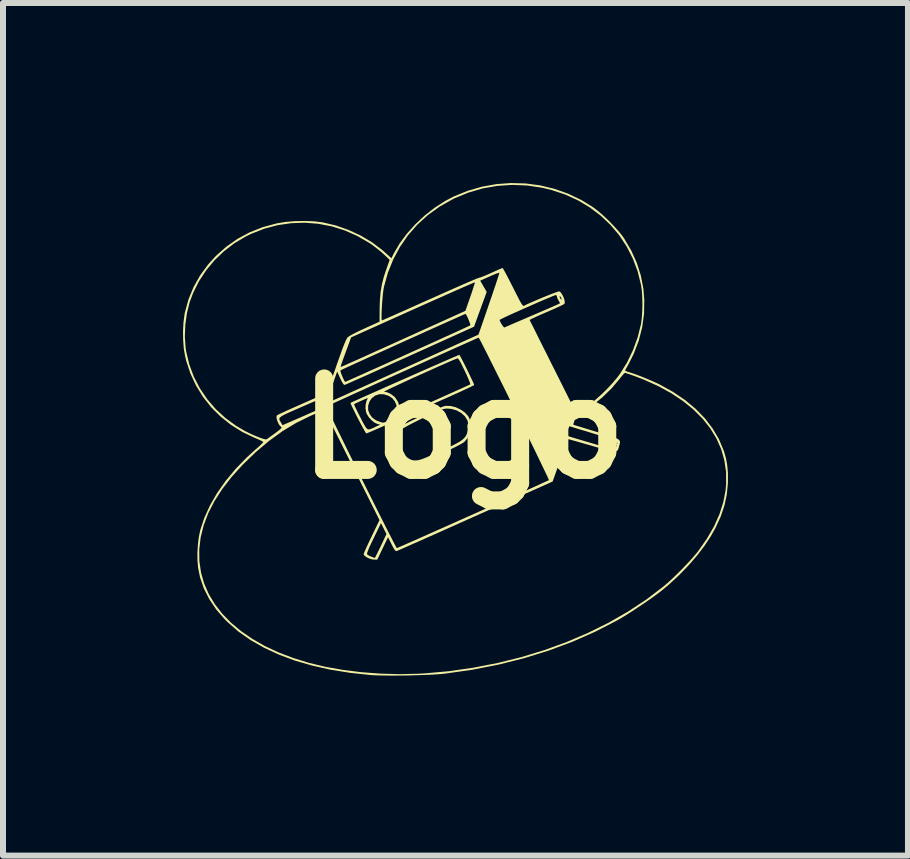
<source format=kicad_pcb>
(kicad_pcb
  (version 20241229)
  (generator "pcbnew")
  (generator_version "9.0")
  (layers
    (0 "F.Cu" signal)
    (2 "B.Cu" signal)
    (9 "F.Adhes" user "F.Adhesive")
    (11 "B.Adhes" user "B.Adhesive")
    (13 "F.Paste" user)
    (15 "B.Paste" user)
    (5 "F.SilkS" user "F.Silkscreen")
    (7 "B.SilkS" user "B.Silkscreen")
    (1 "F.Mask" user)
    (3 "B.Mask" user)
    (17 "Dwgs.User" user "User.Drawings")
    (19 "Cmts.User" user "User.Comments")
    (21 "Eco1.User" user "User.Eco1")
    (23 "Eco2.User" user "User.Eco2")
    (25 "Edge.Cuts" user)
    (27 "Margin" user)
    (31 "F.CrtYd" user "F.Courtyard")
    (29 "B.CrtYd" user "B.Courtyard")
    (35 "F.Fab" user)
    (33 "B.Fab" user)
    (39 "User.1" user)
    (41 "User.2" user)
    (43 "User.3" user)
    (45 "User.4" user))
  (footprint "Logo"
    (layer "F.Cu")
    (at 4.674 4.091)
    (property "Reference" "Logo" (at 0 0 0) (layer "F.SilkS") (effects (font (size 1.524 1.524) (thickness 0.3))))
    (attr board_only exclude_from_pos_files exclude_from_bom)
    (fp_poly (pts (xy -0.216 -0.376) (xy -0.131 -0.355) (xy -0.049 -0.317) (xy 0.022 -0.267) (xy 0.077 -0.207) (xy 0.097 -0.171) (xy 0.12 -0.091) (xy 0.121 -0.004) (xy 0.103 0.082) (xy 0.066 0.161) (xy 0.012 0.224) (xy 0.007 0.228) (xy -0.019 0.245) (xy -0.066 0.271) (xy -0.13 0.304) (xy -0.207 0.342) (xy -0.293 0.383) (xy -0.366 0.417) (xy -0.465 0.462) (xy -0.543 0.497) (xy -0.604 0.523) (xy -0.651 0.541) (xy -0.688 0.554) (xy -0.72 0.561) (xy -0.749 0.566) (xy -0.78 0.568) (xy -0.792 0.568) (xy -0.852 0.568) (xy -0.905 0.563) (xy -0.936 0.556) (xy -1.024 0.508) (xy -1.093 0.441) (xy -1.141 0.358) (xy -1.16 0.294) (xy -1.164 0.245) (xy -1.125 0.245) (xy -1.114 0.304) (xy -1.076 0.39) (xy -1.019 0.457) (xy -0.945 0.504) (xy -0.858 0.528) (xy -0.812 0.532) (xy -0.786 0.531) (xy -0.76 0.528) (xy -0.73 0.521) (xy -0.694 0.51) (xy -0.648 0.492) (xy -0.588 0.467) (xy -0.511 0.433) (xy -0.413 0.389) (xy -0.396 0.381) (xy -0.283 0.33) (xy -0.192 0.287) (xy -0.12 0.25) (xy -0.065 0.219) (xy -0.023 0.19) (xy 0.007 0.163) (xy 0.031 0.134) (xy 0.049 0.103) (xy 0.056 0.089) (xy 0.076 0.023) (xy 0.081 -0.051) (xy 0.07 -0.12) (xy 0.063 -0.14) (xy 0.022 -0.205) (xy -0.039 -0.26) (xy -0.115 -0.302) (xy -0.2 -0.327) (xy -0.266 -0.333) (xy -0.293 -0.332) (xy -0.319 -0.328) (xy -0.348 -0.321) (xy -0.384 -0.309) (xy -0.43 -0.29) (xy -0.49 -0.263) (xy -0.566 -0.227) (xy -0.664 -0.181) (xy -0.669 -0.179) (xy -0.758 -0.135) (xy -0.84 -0.094) (xy -0.912 -0.057) (xy -0.97 -0.025) (xy -1.011 -0.001) (xy -1.028 0.011) (xy -1.085 0.082) (xy -1.118 0.16) (xy -1.125 0.245) (xy -1.164 0.245) (xy -1.166 0.203) (xy -1.149 0.115) (xy -1.111 0.037) (xy -1.054 -0.028) (xy -1.046 -0.034) (xy -1.014 -0.054) (xy -0.962 -0.083) (xy -0.895 -0.117) (xy -0.816 -0.156) (xy -0.731 -0.197) (xy -0.643 -0.237) (xy -0.556 -0.277) (xy -0.475 -0.312) (xy -0.404 -0.342) (xy -0.347 -0.364) (xy -0.309 -0.376) (xy -0.299 -0.378)) (stroke (width 0) (type solid)) (fill yes) (layer "F.SilkS"))
    (fp_poly (pts (xy -0.062 -1.217) (xy -0.044 -1.185) (xy -0.019 -1.137) (xy 0.011 -1.078) (xy 0.044 -1.013) (xy 0.077 -0.944) (xy 0.109 -0.878) (xy 0.137 -0.819) (xy 0.16 -0.771) (xy 0.174 -0.738) (xy 0.177 -0.725) (xy 0.165 -0.718) (xy 0.131 -0.7) (xy 0.078 -0.675) (xy 0.008 -0.642) (xy -0.076 -0.603) (xy -0.171 -0.561) (xy -0.263 -0.519) (xy -0.381 -0.467) (xy -0.506 -0.411) (xy -0.631 -0.355) (xy -0.751 -0.301) (xy -0.86 -0.252) (xy -0.952 -0.211) (xy -0.983 -0.197) (xy -1.133 -0.13) (xy -1.265 -0.071) (xy -1.378 -0.021) (xy -1.471 0.02) (xy -1.543 0.051) (xy -1.592 0.071) (xy -1.618 0.081) (xy -1.621 0.082) (xy -1.63 0.07) (xy -1.649 0.038) (xy -1.677 -0.012) (xy -1.711 -0.075) (xy -1.749 -0.148) (xy -1.761 -0.169) (xy -1.799 -0.245) (xy -1.832 -0.312) (xy -1.859 -0.367) (xy -1.876 -0.406) (xy -1.823 -0.406) (xy -1.82 -0.392) (xy -1.805 -0.358) (xy -1.781 -0.308) (xy -1.751 -0.246) (xy -1.719 -0.185) (xy -1.679 -0.107) (xy -1.648 -0.051) (xy -1.624 -0.013) (xy -1.603 0.008) (xy -1.581 0.015) (xy -1.554 0.01) (xy -1.519 -0.004) (xy -1.472 -0.026) (xy -1.471 -0.027) (xy -1.387 -0.065) (xy -1.432 -0.075) (xy -1.479 -0.096) (xy -1.529 -0.135) (xy -1.575 -0.184) (xy -1.61 -0.238) (xy -1.624 -0.273) (xy -1.634 -0.337) (xy -1.632 -0.379) (xy -1.59 -0.379) (xy -1.589 -0.307) (xy -1.564 -0.24) (xy -1.52 -0.181) (xy -1.457 -0.136) (xy -1.385 -0.108) (xy -1.357 -0.101) (xy -1.343 -0.097) (xy -1.343 -0.097) (xy -1.331 -0.1) (xy -1.3 -0.108) (xy -1.273 -0.116) (xy -1.205 -0.149) (xy -1.155 -0.197) (xy -1.123 -0.256) (xy -1.111 -0.322) (xy -1.117 -0.388) (xy -1.143 -0.451) (xy -1.188 -0.506) (xy -1.245 -0.544) (xy -1.326 -0.571) (xy -1.403 -0.572) (xy -1.472 -0.55) (xy -1.53 -0.505) (xy -1.567 -0.45) (xy -1.59 -0.379) (xy -1.632 -0.379) (xy -1.63 -0.404) (xy -1.616 -0.463) (xy -1.604 -0.486) (xy -1.596 -0.5) (xy -1.6 -0.505) (xy -1.617 -0.501) (xy -1.652 -0.486) (xy -1.7 -0.465) (xy -1.751 -0.442) (xy -1.793 -0.422) (xy -1.818 -0.409) (xy -1.823 -0.406) (xy -1.876 -0.406) (xy -1.876 -0.406) (xy -1.884 -0.426) (xy -1.884 -0.427) (xy -1.87 -0.434) (xy -1.834 -0.451) (xy -1.777 -0.476) (xy -1.703 -0.51) (xy -1.614 -0.55) (xy -1.512 -0.595) (xy -1.469 -0.614) (xy -1.324 -0.614) (xy -1.27 -0.603) (xy -1.21 -0.574) (xy -1.156 -0.534) (xy -1.137 -0.514) (xy -1.09 -0.441) (xy -1.068 -0.359) (xy -1.071 -0.273) (xy -1.077 -0.249) (xy -1.084 -0.219) (xy -1.083 -0.205) (xy -1.082 -0.205) (xy -1.068 -0.21) (xy -1.032 -0.226) (xy -0.976 -0.25) (xy -0.902 -0.282) (xy -0.814 -0.321) (xy -0.712 -0.366) (xy -0.601 -0.415) (xy -0.486 -0.466) (xy -0.367 -0.519) (xy -0.256 -0.569) (xy -0.154 -0.615) (xy -0.066 -0.654) (xy 0.008 -0.688) (xy 0.064 -0.713) (xy 0.1 -0.73) (xy 0.113 -0.737) (xy 0.111 -0.751) (xy 0.098 -0.786) (xy 0.077 -0.837) (xy 0.049 -0.901) (xy 0.021 -0.961) (xy -0.018 -1.04) (xy -0.047 -1.098) (xy -0.069 -1.136) (xy -0.085 -1.159) (xy -0.098 -1.168) (xy -0.106 -1.168) (xy -0.134 -1.157) (xy -0.181 -1.138) (xy -0.245 -1.11) (xy -0.323 -1.076) (xy -0.412 -1.037) (xy -0.509 -0.993) (xy -0.612 -0.947) (xy -0.718 -0.899) (xy -0.823 -0.852) (xy -0.925 -0.805) (xy -1.022 -0.76) (xy -1.11 -0.719) (xy -1.186 -0.684) (xy -1.249 -0.654) (xy -1.294 -0.631) (xy -1.32 -0.618) (xy -1.324 -0.614) (xy -1.469 -0.614) (xy -1.399 -0.645) (xy -1.278 -0.699) (xy -1.152 -0.755) (xy -1.022 -0.812) (xy -0.891 -0.87) (xy -0.762 -0.927) (xy -0.637 -0.982) (xy -0.519 -1.034) (xy -0.409 -1.082) (xy -0.311 -1.125) (xy -0.226 -1.162) (xy -0.157 -1.192) (xy -0.107 -1.214) (xy -0.077 -1.226) (xy -0.07 -1.228)) (stroke (width 0) (type solid)) (fill yes) (layer "F.SilkS"))
    (fp_poly (pts (xy 1.035 -4.084) (xy 1.276 -4.052) (xy 1.513 -3.995) (xy 1.742 -3.914) (xy 1.964 -3.808) (xy 2.15 -3.694) (xy 2.228 -3.635) (xy 2.316 -3.561) (xy 2.407 -3.476) (xy 2.495 -3.386) (xy 2.576 -3.297) (xy 2.643 -3.215) (xy 2.677 -3.166) (xy 2.796 -2.964) (xy 2.888 -2.759) (xy 2.955 -2.548) (xy 2.997 -2.33) (xy 3.012 -2.143) (xy 3.008 -1.913) (xy 2.977 -1.686) (xy 2.919 -1.462) (xy 2.836 -1.245) (xy 2.76 -1.092) (xy 2.732 -1.041) (xy 2.709 -1) (xy 2.695 -0.974) (xy 2.692 -0.968) (xy 2.701 -0.96) (xy 2.73 -0.948) (xy 2.753 -0.941) (xy 2.813 -0.922) (xy 2.89 -0.895) (xy 2.978 -0.861) (xy 3.07 -0.823) (xy 3.159 -0.785) (xy 3.238 -0.749) (xy 3.274 -0.731) (xy 3.494 -0.609) (xy 3.693 -0.474) (xy 3.869 -0.327) (xy 4.022 -0.17) (xy 4.15 -0.002) (xy 4.255 0.175) (xy 4.333 0.361) (xy 4.34 0.379) (xy 4.374 0.498) (xy 4.395 0.618) (xy 4.406 0.745) (xy 4.406 0.889) (xy 4.405 0.913) (xy 4.387 1.099) (xy 4.348 1.281) (xy 4.287 1.463) (xy 4.202 1.649) (xy 4.121 1.794) (xy 4.017 1.952) (xy 3.892 2.116) (xy 3.749 2.281) (xy 3.593 2.442) (xy 3.428 2.595) (xy 3.31 2.694) (xy 3.225 2.759) (xy 3.123 2.833) (xy 3.009 2.912) (xy 2.89 2.992) (xy 2.772 3.069) (xy 2.661 3.138) (xy 2.564 3.195) (xy 2.553 3.201) (xy 2.191 3.387) (xy 1.812 3.554) (xy 1.416 3.701) (xy 1.006 3.828) (xy 0.583 3.934) (xy 0.149 4.019) (xy -0.294 4.082) (xy -0.355 4.089) (xy -0.432 4.095) (xy -0.53 4.101) (xy -0.645 4.106) (xy -0.772 4.11) (xy -0.905 4.114) (xy -1.039 4.116) (xy -1.17 4.117) (xy -1.293 4.116) (xy -1.402 4.114) (xy -1.492 4.111) (xy -1.542 4.108) (xy -1.887 4.071) (xy -2.214 4.019) (xy -2.522 3.95) (xy -2.81 3.867) (xy -3.078 3.767) (xy -3.324 3.653) (xy -3.55 3.524) (xy -3.754 3.381) (xy -3.934 3.223) (xy -3.979 3.178) (xy -4.121 3.015) (xy -4.236 2.844) (xy -4.326 2.667) (xy -4.39 2.483) (xy -4.423 2.322) (xy -4.433 2.206) (xy -4.435 2.076) (xy -4.431 2.013) (xy -4.404 2.013) (xy -4.402 2.21) (xy -4.374 2.401) (xy -4.321 2.585) (xy -4.244 2.761) (xy -4.143 2.928) (xy -4.019 3.087) (xy -3.873 3.237) (xy -3.706 3.376) (xy -3.519 3.505) (xy -3.312 3.623) (xy -3.086 3.729) (xy -2.842 3.822) (xy -2.581 3.903) (xy -2.303 3.97) (xy -2.009 4.022) (xy -1.713 4.059) (xy -1.385 4.084) (xy -1.07 4.093) (xy -0.758 4.086) (xy -0.662 4.081) (xy -0.247 4.044) (xy 0.163 3.985) (xy 0.567 3.907) (xy 0.962 3.809) (xy 1.347 3.692) (xy 1.72 3.556) (xy 2.079 3.403) (xy 2.422 3.233) (xy 2.747 3.046) (xy 3.053 2.844) (xy 3.337 2.627) (xy 3.337 2.627) (xy 3.413 2.562) (xy 3.498 2.483) (xy 3.588 2.395) (xy 3.678 2.304) (xy 3.763 2.214) (xy 3.838 2.13) (xy 3.899 2.057) (xy 3.912 2.04) (xy 4.056 1.834) (xy 4.174 1.631) (xy 4.264 1.429) (xy 4.328 1.229) (xy 4.367 1.029) (xy 4.376 0.921) (xy 4.375 0.722) (xy 4.346 0.529) (xy 4.293 0.343) (xy 4.214 0.165) (xy 4.11 -0.005) (xy 3.982 -0.166) (xy 3.831 -0.317) (xy 3.656 -0.459) (xy 3.459 -0.59) (xy 3.239 -0.71) (xy 2.998 -0.818) (xy 2.849 -0.875) (xy 2.789 -0.896) (xy 2.739 -0.913) (xy 2.703 -0.925) (xy 2.689 -0.928) (xy 2.676 -0.918) (xy 2.651 -0.89) (xy 2.619 -0.851) (xy 2.602 -0.829) (xy 2.467 -0.669) (xy 2.309 -0.516) (xy 2.133 -0.375) (xy 1.995 -0.281) (xy 1.94 -0.245) (xy 1.902 -0.218) (xy 1.878 -0.195) (xy 1.863 -0.171) (xy 1.851 -0.141) (xy 1.849 -0.134) (xy 1.837 -0.096) (xy 1.831 -0.07) (xy 1.831 -0.063) (xy 1.845 -0.058) (xy 1.881 -0.047) (xy 1.938 -0.03) (xy 2.01 -0.008) (xy 2.095 0.018) (xy 2.19 0.047) (xy 2.215 0.054) (xy 2.329 0.089) (xy 2.42 0.117) (xy 2.489 0.14) (xy 2.54 0.159) (xy 2.575 0.177) (xy 2.596 0.194) (xy 2.606 0.213) (xy 2.607 0.235) (xy 2.602 0.261) (xy 2.593 0.293) (xy 2.593 0.293) (xy 2.584 0.325) (xy 2.575 0.351) (xy 2.563 0.369) (xy 2.546 0.379) (xy 2.52 0.383) (xy 2.482 0.38) (xy 2.43 0.369) (xy 2.361 0.351) (xy 2.271 0.326) (xy 2.159 0.294) (xy 2.14 0.288) (xy 2.042 0.26) (xy 1.952 0.234) (xy 1.875 0.212) (xy 1.812 0.195) (xy 1.769 0.183) (xy 1.747 0.177) (xy 1.746 0.177) (xy 1.739 0.19) (xy 1.725 0.224) (xy 1.704 0.278) (xy 1.677 0.348) (xy 1.647 0.431) (xy 1.614 0.522) (xy 1.611 0.53) (xy 1.485 0.883) (xy 0.194 1.46) (xy 0.017 1.539) (xy -0.154 1.616) (xy -0.316 1.688) (xy -0.468 1.756) (xy -0.608 1.818) (xy -0.735 1.875) (xy -0.847 1.924) (xy -0.941 1.966) (xy -1.018 2) (xy -1.074 2.024) (xy -1.108 2.039) (xy -1.118 2.043) (xy -1.133 2.038) (xy -1.152 2.015) (xy -1.178 1.97) (xy -1.199 1.929) (xy -1.258 1.81) (xy -1.348 1.997) (xy -1.437 2.184) (xy -1.492 2.184) (xy -1.534 2.178) (xy -1.58 2.162) (xy -1.622 2.14) (xy -1.653 2.116) (xy -1.665 2.094) (xy -1.665 2.094) (xy -1.663 2.088) (xy -1.608 2.088) (xy -1.604 2.099) (xy -1.604 2.099) (xy -1.584 2.113) (xy -1.549 2.13) (xy -1.51 2.146) (xy -1.48 2.155) (xy -1.477 2.156) (xy -1.47 2.144) (xy -1.454 2.112) (xy -1.43 2.064) (xy -1.4 2.003) (xy -1.378 1.957) (xy -1.284 1.758) (xy -1.33 1.667) (xy -1.376 1.576) (xy -1.498 1.829) (xy -1.541 1.917) (xy -1.572 1.985) (xy -1.592 2.034) (xy -1.604 2.067) (xy -1.608 2.088) (xy -1.663 2.088) (xy -1.659 2.077) (xy -1.643 2.038) (xy -1.619 1.983) (xy -1.587 1.915) (xy -1.55 1.837) (xy -1.533 1.8) (xy -1.4 1.526) (xy -1.86 0.607) (xy -2.319 -0.312) (xy -2.551 -0.211) (xy -2.785 -0.096) (xy -3.014 0.042) (xy -3.239 0.205) (xy -3.462 0.393) (xy -3.679 0.602) (xy -3.863 0.805) (xy -4.019 1.006) (xy -4.149 1.207) (xy -4.253 1.409) (xy -4.329 1.61) (xy -4.38 1.812) (xy -4.404 2.013) (xy -4.431 2.013) (xy -4.427 1.942) (xy -4.412 1.814) (xy -4.389 1.702) (xy -4.389 1.699) (xy -4.32 1.49) (xy -4.225 1.281) (xy -4.105 1.073) (xy -3.961 0.869) (xy -3.795 0.67) (xy -3.607 0.477) (xy -3.474 0.356) (xy -3.423 0.312) (xy -3.381 0.273) (xy -3.351 0.243) (xy -3.337 0.227) (xy -3.337 0.225) (xy -3.349 0.215) (xy -3.381 0.198) (xy -3.429 0.176) (xy -3.475 0.157) (xy -3.681 0.06) (xy -3.872 -0.059) (xy -4.046 -0.197) (xy -4.203 -0.353) (xy -4.34 -0.526) (xy -4.456 -0.713) (xy -4.55 -0.914) (xy -4.62 -1.125) (xy -4.642 -1.218) (xy -4.662 -1.34) (xy -4.672 -1.478) (xy -4.673 -1.535) (xy -4.644 -1.535) (xy -4.631 -1.346) (xy -4.62 -1.276) (xy -4.569 -1.065) (xy -4.493 -0.862) (xy -4.393 -0.669) (xy -4.271 -0.489) (xy -4.129 -0.324) (xy -3.967 -0.175) (xy -3.787 -0.044) (xy -3.65 0.036) (xy -3.584 0.07) (xy -3.514 0.103) (xy -3.445 0.132) (xy -3.383 0.156) (xy -3.332 0.173) (xy -3.296 0.181) (xy -3.283 0.18) (xy -3.267 0.169) (xy -3.234 0.146) (xy -3.189 0.113) (xy -3.142 0.08) (xy -3.085 0.037) (xy -3.05 0.007) (xy -3.033 -0.012) (xy -3.034 -0.022) (xy -3.035 -0.023) (xy -3.062 -0.048) (xy -3.086 -0.087) (xy -3.105 -0.132) (xy -3.113 -0.164) (xy -3.07 -0.164) (xy -3.068 -0.147) (xy -3.059 -0.128) (xy -3.045 -0.106) (xy -3.042 -0.099) (xy -3.015 -0.056) (xy -2.944 -0.087) (xy -2.909 -0.102) (xy -2.855 -0.126) (xy -2.786 -0.156) (xy -2.707 -0.19) (xy -2.624 -0.226) (xy -2.614 -0.231) (xy -2.354 -0.344) (xy -2.347 -0.368) (xy -2.284 -0.368) (xy -2.279 -0.355) (xy -2.263 -0.32) (xy -2.237 -0.264) (xy -2.202 -0.19) (xy -2.158 -0.1) (xy -2.107 0.005) (xy -2.05 0.121) (xy -1.988 0.248) (xy -1.922 0.383) (xy -1.852 0.524) (xy -1.78 0.669) (xy -1.708 0.815) (xy -1.635 0.962) (xy -1.562 1.107) (xy -1.492 1.248) (xy -1.425 1.382) (xy -1.361 1.509) (xy -1.303 1.625) (xy -1.25 1.729) (xy -1.204 1.818) (xy -1.167 1.891) (xy -1.138 1.946) (xy -1.119 1.981) (xy -1.111 1.993) (xy -1.111 1.993) (xy -1.098 1.987) (xy -1.061 1.971) (xy -1.003 1.946) (xy -0.925 1.911) (xy -0.829 1.869) (xy -0.716 1.819) (xy -0.588 1.762) (xy -0.447 1.699) (xy -0.295 1.632) (xy -0.133 1.559) (xy 0.038 1.483) (xy 0.155 1.431) (xy 0.33 1.353) (xy 0.498 1.277) (xy 0.657 1.206) (xy 0.806 1.139) (xy 0.943 1.078) (xy 1.066 1.023) (xy 1.174 0.974) (xy 1.264 0.933) (xy 1.336 0.9) (xy 1.387 0.877) (xy 1.417 0.863) (xy 1.423 0.86) (xy 1.418 0.847) (xy 1.403 0.812) (xy 1.377 0.756) (xy 1.341 0.682) (xy 1.298 0.592) (xy 1.247 0.487) (xy 1.191 0.37) (xy 1.129 0.243) (xy 1.063 0.108) (xy 1.028 0.038) (xy 1.49 0.038) (xy 1.492 0.049) (xy 1.506 0.055) (xy 1.542 0.066) (xy 1.598 0.084) (xy 1.669 0.105) (xy 1.753 0.13) (xy 1.845 0.158) (xy 1.942 0.187) (xy 2.04 0.216) (xy 2.136 0.244) (xy 2.227 0.271) (xy 2.308 0.295) (xy 2.377 0.315) (xy 2.43 0.329) (xy 2.462 0.338) (xy 2.471 0.34) (xy 2.479 0.329) (xy 2.483 0.321) (xy 2.525 0.321) (xy 2.532 0.328) (xy 2.539 0.321) (xy 2.532 0.314) (xy 2.525 0.321) (xy 2.483 0.321) (xy 2.492 0.299) (xy 2.496 0.287) (xy 2.539 0.287) (xy 2.544 0.298) (xy 2.548 0.296) (xy 2.549 0.28) (xy 2.548 0.278) (xy 2.54 0.279) (xy 2.539 0.287) (xy 2.496 0.287) (xy 2.502 0.27) (xy 2.509 0.246) (xy 2.552 0.246) (xy 2.557 0.257) (xy 2.561 0.255) (xy 2.563 0.239) (xy 2.561 0.237) (xy 2.553 0.238) (xy 2.552 0.246) (xy 2.509 0.246) (xy 2.513 0.23) (xy 2.519 0.202) (xy 2.519 0.194) (xy 2.505 0.189) (xy 2.468 0.177) (xy 2.41 0.159) (xy 2.336 0.135) (xy 2.247 0.108) (xy 2.148 0.078) (xy 2.052 0.048) (xy 1.943 0.016) (xy 1.842 -0.015) (xy 1.752 -0.042) (xy 1.675 -0.066) (xy 1.615 -0.084) (xy 1.576 -0.096) (xy 1.56 -0.101) (xy 1.543 -0.104) (xy 1.53 -0.094) (xy 1.517 -0.067) (xy 1.507 -0.035) (xy 1.495 0.007) (xy 1.49 0.038) (xy 1.028 0.038) (xy 0.993 -0.033) (xy 0.922 -0.179) (xy 0.849 -0.326) (xy 0.777 -0.473) (xy 0.705 -0.619) (xy 0.635 -0.76) (xy 0.567 -0.895) (xy 0.504 -1.023) (xy 0.445 -1.14) (xy 0.393 -1.245) (xy 0.347 -1.335) (xy 0.309 -1.41) (xy 0.28 -1.466) (xy 0.26 -1.501) (xy 0.252 -1.515) (xy 0.252 -1.515) (xy 0.238 -1.509) (xy 0.202 -1.494) (xy 0.145 -1.468) (xy 0.069 -1.434) (xy -0.024 -1.393) (xy -0.132 -1.345) (xy -0.252 -1.291) (xy -0.383 -1.232) (xy -0.522 -1.169) (xy -0.668 -1.103) (xy -0.819 -1.035) (xy -0.972 -0.965) (xy -1.126 -0.896) (xy -1.279 -0.827) (xy -1.428 -0.759) (xy -1.571 -0.694) (xy -1.707 -0.632) (xy -1.834 -0.575) (xy -1.949 -0.522) (xy -2.05 -0.476) (xy -2.136 -0.437) (xy -2.204 -0.406) (xy -2.252 -0.383) (xy -2.279 -0.371) (xy -2.284 -0.368) (xy -2.347 -0.368) (xy -2.325 -0.438) (xy -2.325 -0.441) (xy -2.279 -0.441) (xy -2.27 -0.43) (xy -2.256 -0.433) (xy -2.24 -0.44) (xy -2.201 -0.457) (xy -2.141 -0.484) (xy -2.061 -0.52) (xy -1.963 -0.564) (xy -1.849 -0.616) (xy -1.72 -0.674) (xy -1.579 -0.738) (xy -1.426 -0.807) (xy -1.263 -0.881) (xy -1.093 -0.958) (xy -0.991 -1.004) (xy 0.249 -1.565) (xy 0.334 -1.81) (xy 0.601 -1.81) (xy 0.607 -1.79) (xy 0.623 -1.759) (xy 0.643 -1.726) (xy 0.663 -1.698) (xy 0.677 -1.684) (xy 0.68 -1.684) (xy 0.694 -1.69) (xy 0.731 -1.706) (xy 0.786 -1.73) (xy 0.858 -1.761) (xy 0.943 -1.797) (xy 1.038 -1.838) (xy 1.112 -1.87) (xy 1.215 -1.914) (xy 1.31 -1.955) (xy 1.396 -1.992) (xy 1.468 -2.023) (xy 1.524 -2.048) (xy 1.561 -2.064) (xy 1.573 -2.07) (xy 1.61 -2.089) (xy 1.583 -2.133) (xy 1.565 -2.168) (xy 1.556 -2.198) (xy 1.556 -2.201) (xy 1.554 -2.207) (xy 1.601 -2.207) (xy 1.602 -2.191) (xy 1.611 -2.17) (xy 1.625 -2.15) (xy 1.633 -2.147) (xy 1.633 -2.163) (xy 1.624 -2.184) (xy 1.61 -2.204) (xy 1.601 -2.207) (xy 1.554 -2.207) (xy 1.548 -2.221) (xy 1.539 -2.225) (xy 1.521 -2.219) (xy 1.483 -2.205) (xy 1.427 -2.181) (xy 1.356 -2.152) (xy 1.275 -2.117) (xy 1.186 -2.078) (xy 1.094 -2.037) (xy 1 -1.996) (xy 0.909 -1.955) (xy 0.823 -1.917) (xy 0.747 -1.882) (xy 0.683 -1.852) (xy 0.636 -1.829) (xy 0.607 -1.814) (xy 0.601 -1.81) (xy 0.334 -1.81) (xy 0.425 -2.075) (xy 0.464 -2.188) (xy 0.499 -2.292) (xy 0.531 -2.385) (xy 0.557 -2.465) (xy 0.578 -2.528) (xy 0.591 -2.572) (xy 0.597 -2.594) (xy 0.597 -2.595) (xy 0.584 -2.594) (xy 0.551 -2.583) (xy 0.503 -2.564) (xy 0.445 -2.539) (xy 0.436 -2.535) (xy 0.278 -2.464) (xy 0.332 -2.37) (xy 0.386 -2.277) (xy 0.175 -1.697) (xy -0.891 -1.215) (xy -1.053 -1.142) (xy -1.207 -1.073) (xy -1.352 -1.007) (xy -1.487 -0.946) (xy -1.609 -0.891) (xy -1.718 -0.843) (xy -1.81 -0.802) (xy -1.884 -0.769) (xy -1.938 -0.745) (xy -1.971 -0.731) (xy -1.98 -0.727) (xy -1.994 -0.732) (xy -2.012 -0.754) (xy -2.036 -0.797) (xy -2.054 -0.835) (xy -2.106 -0.949) (xy -2.192 -0.703) (xy -2.219 -0.625) (xy -2.242 -0.556) (xy -2.261 -0.499) (xy -2.274 -0.459) (xy -2.279 -0.441) (xy -2.279 -0.441) (xy -2.325 -0.441) (xy -2.312 -0.484) (xy -2.303 -0.517) (xy -2.301 -0.532) (xy -2.301 -0.532) (xy -2.314 -0.527) (xy -2.35 -0.512) (xy -2.404 -0.489) (xy -2.473 -0.458) (xy -2.556 -0.422) (xy -2.648 -0.382) (xy -2.692 -0.363) (xy -2.803 -0.314) (xy -2.891 -0.275) (xy -2.959 -0.244) (xy -3.009 -0.219) (xy -3.042 -0.198) (xy -3.062 -0.181) (xy -3.07 -0.164) (xy -3.113 -0.164) (xy -3.116 -0.175) (xy -3.115 -0.209) (xy -3.108 -0.22) (xy -3.092 -0.229) (xy -3.054 -0.248) (xy -2.997 -0.274) (xy -2.924 -0.308) (xy -2.838 -0.346) (xy -2.743 -0.388) (xy -2.683 -0.415) (xy -2.275 -0.594) (xy -2.145 -0.969) (xy -2.051 -0.969) (xy -2.05 -0.954) (xy -2.041 -0.922) (xy -2.025 -0.882) (xy -2.007 -0.839) (xy -1.989 -0.803) (xy -1.976 -0.781) (xy -1.971 -0.778) (xy -1.958 -0.783) (xy -1.921 -0.799) (xy -1.864 -0.825) (xy -1.787 -0.859) (xy -1.693 -0.901) (xy -1.583 -0.951) (xy -1.459 -1.006) (xy -1.323 -1.067) (xy -1.177 -1.133) (xy -1.023 -1.202) (xy -0.931 -1.244) (xy -0.772 -1.316) (xy -0.621 -1.384) (xy -0.479 -1.448) (xy -0.348 -1.508) (xy -0.229 -1.562) (xy -0.125 -1.609) (xy -0.038 -1.649) (xy 0.031 -1.681) (xy 0.081 -1.704) (xy 0.108 -1.717) (xy 0.113 -1.719) (xy 0.112 -1.734) (xy 0.102 -1.766) (xy 0.087 -1.807) (xy 0.069 -1.85) (xy 0.051 -1.885) (xy 0.038 -1.907) (xy 0.033 -1.911) (xy 0.019 -1.905) (xy -0.017 -1.89) (xy -0.073 -1.865) (xy -0.148 -1.831) (xy -0.239 -1.791) (xy -0.343 -1.744) (xy -0.459 -1.692) (xy -0.584 -1.636) (xy -0.716 -1.576) (xy -0.852 -1.515) (xy -0.992 -1.452) (xy -1.131 -1.389) (xy -1.269 -1.326) (xy -1.402 -1.266) (xy -1.529 -1.209) (xy -1.647 -1.155) (xy -1.755 -1.106) (xy -1.849 -1.063) (xy -1.928 -1.027) (xy -1.989 -0.999) (xy -2.03 -0.979) (xy -2.05 -0.97) (xy -2.051 -0.969) (xy -2.145 -0.969) (xy -2.123 -1.032) (xy -2.048 -1.032) (xy -2.048 -1.03) (xy -2.046 -1.029) (xy -2.04 -1.03) (xy -2.03 -1.033) (xy -2.013 -1.04) (xy -1.988 -1.05) (xy -1.953 -1.065) (xy -1.908 -1.086) (xy -1.849 -1.112) (xy -1.776 -1.144) (xy -1.687 -1.184) (xy -1.581 -1.232) (xy -1.456 -1.289) (xy -1.311 -1.354) (xy -1.143 -1.43) (xy -0.984 -1.502) (xy 0.031 -1.961) (xy 0.113 -2.196) (xy 0.139 -2.271) (xy 0.16 -2.337) (xy 0.177 -2.389) (xy 0.187 -2.424) (xy 0.189 -2.436) (xy 0.176 -2.432) (xy 0.14 -2.417) (xy 0.082 -2.392) (xy 0.006 -2.359) (xy -0.088 -2.318) (xy -0.198 -2.269) (xy -0.322 -2.214) (xy -0.457 -2.154) (xy -0.603 -2.089) (xy -0.757 -2.02) (xy -0.845 -1.981) (xy -1.873 -1.519) (xy -1.96 -1.282) (xy -1.988 -1.206) (xy -2.012 -1.139) (xy -2.031 -1.086) (xy -2.043 -1.049) (xy -2.047 -1.034) (xy -2.048 -1.032) (xy -2.123 -1.032) (xy -2.122 -1.037) (xy -2.074 -1.172) (xy -2.035 -1.282) (xy -2.002 -1.37) (xy -1.975 -1.436) (xy -1.954 -1.483) (xy -1.939 -1.511) (xy -1.933 -1.518) (xy -1.907 -1.538) (xy -1.858 -1.566) (xy -1.79 -1.601) (xy -1.705 -1.642) (xy -1.648 -1.668) (xy -1.399 -1.781) (xy -1.399 -1.846) (xy -1.366 -1.846) (xy -1.364 -1.812) (xy -1.36 -1.802) (xy -1.346 -1.807) (xy -1.309 -1.823) (xy -1.252 -1.848) (xy -1.177 -1.881) (xy -1.085 -1.922) (xy -0.978 -1.969) (xy -0.86 -2.022) (xy -0.731 -2.08) (xy -0.595 -2.141) (xy -0.56 -2.156) (xy -0.421 -2.218) (xy -0.289 -2.277) (xy -0.167 -2.331) (xy -0.056 -2.38) (xy 0.042 -2.423) (xy 0.124 -2.458) (xy 0.188 -2.485) (xy 0.233 -2.503) (xy 0.255 -2.511) (xy 0.256 -2.511) (xy 0.277 -2.517) (xy 0.318 -2.532) (xy 0.373 -2.554) (xy 0.437 -2.582) (xy 0.461 -2.593) (xy 0.525 -2.622) (xy 0.581 -2.647) (xy 0.623 -2.665) (xy 0.648 -2.674) (xy 0.651 -2.675) (xy 0.66 -2.663) (xy 0.679 -2.63) (xy 0.707 -2.579) (xy 0.742 -2.513) (xy 0.781 -2.436) (xy 0.823 -2.354) (xy 0.872 -2.256) (xy 0.911 -2.18) (xy 0.94 -2.124) (xy 0.963 -2.085) (xy 0.98 -2.06) (xy 0.992 -2.047) (xy 1.002 -2.044) (xy 1.007 -2.045) (xy 1.05 -2.067) (xy 1.108 -2.093) (xy 1.177 -2.123) (xy 1.252 -2.155) (xy 1.33 -2.188) (xy 1.405 -2.218) (xy 1.473 -2.245) (xy 1.53 -2.266) (xy 1.572 -2.281) (xy 1.594 -2.287) (xy 1.596 -2.286) (xy 1.621 -2.267) (xy 1.646 -2.23) (xy 1.668 -2.184) (xy 1.683 -2.137) (xy 1.687 -2.097) (xy 1.682 -2.079) (xy 1.667 -2.069) (xy 1.63 -2.05) (xy 1.576 -2.025) (xy 1.507 -1.993) (xy 1.429 -1.959) (xy 1.385 -1.94) (xy 1.303 -1.905) (xy 1.231 -1.873) (xy 1.172 -1.845) (xy 1.128 -1.825) (xy 1.105 -1.812) (xy 1.102 -1.809) (xy 1.108 -1.796) (xy 1.126 -1.76) (xy 1.154 -1.705) (xy 1.191 -1.631) (xy 1.236 -1.54) (xy 1.288 -1.436) (xy 1.346 -1.32) (xy 1.409 -1.195) (xy 1.475 -1.061) (xy 1.491 -1.031) (xy 1.876 -0.261) (xy 1.942 -0.299) (xy 1.983 -0.324) (xy 2.037 -0.36) (xy 2.095 -0.4) (xy 2.12 -0.418) (xy 2.205 -0.485) (xy 2.298 -0.568) (xy 2.393 -0.661) (xy 2.483 -0.757) (xy 2.56 -0.849) (xy 2.604 -0.907) (xy 2.724 -1.099) (xy 2.824 -1.307) (xy 2.903 -1.524) (xy 2.957 -1.74) (xy 2.97 -1.836) (xy 2.978 -1.95) (xy 2.981 -2.072) (xy 2.978 -2.194) (xy 2.97 -2.307) (xy 2.957 -2.395) (xy 2.901 -2.621) (xy 2.82 -2.835) (xy 2.717 -3.036) (xy 2.593 -3.223) (xy 2.448 -3.394) (xy 2.284 -3.549) (xy 2.103 -3.685) (xy 1.906 -3.803) (xy 1.693 -3.9) (xy 1.466 -3.975) (xy 1.312 -4.012) (xy 1.062 -4.05) (xy 0.812 -4.06) (xy 0.566 -4.044) (xy 0.323 -4.002) (xy 0.085 -3.933) (xy -0.146 -3.838) (xy -0.184 -3.819) (xy -0.398 -3.698) (xy -0.594 -3.557) (xy -0.769 -3.398) (xy -0.925 -3.221) (xy -1.059 -3.027) (xy -1.171 -2.818) (xy -1.261 -2.595) (xy -1.324 -2.368) (xy -1.333 -2.322) (xy -1.341 -2.261) (xy -1.348 -2.19) (xy -1.355 -2.113) (xy -1.36 -2.036) (xy -1.364 -1.962) (xy -1.366 -1.897) (xy -1.366 -1.846) (xy -1.399 -1.846) (xy -1.398 -2.006) (xy -1.393 -2.152) (xy -1.381 -2.281) (xy -1.36 -2.404) (xy -1.328 -2.529) (xy -1.284 -2.661) (xy -1.231 -2.811) (xy -1.33 -2.905) (xy -1.384 -2.953) (xy -1.452 -3.007) (xy -1.522 -3.06) (xy -1.564 -3.089) (xy -1.767 -3.207) (xy -1.978 -3.301) (xy -2.196 -3.369) (xy -2.419 -3.412) (xy -2.645 -3.43) (xy -2.872 -3.422) (xy -3.098 -3.389) (xy -3.32 -3.33) (xy -3.537 -3.245) (xy -3.631 -3.199) (xy -3.819 -3.087) (xy -3.992 -2.954) (xy -4.15 -2.803) (xy -4.289 -2.636) (xy -4.408 -2.455) (xy -4.504 -2.264) (xy -4.564 -2.105) (xy -4.609 -1.923) (xy -4.636 -1.73) (xy -4.644 -1.535) (xy -4.673 -1.535) (xy -4.674 -1.622) (xy -4.667 -1.763) (xy -4.651 -1.891) (xy -4.643 -1.934) (xy -4.583 -2.153) (xy -4.498 -2.359) (xy -4.389 -2.552) (xy -4.256 -2.734) (xy -4.129 -2.874) (xy -3.956 -3.028) (xy -3.768 -3.16) (xy -3.565 -3.269) (xy -3.348 -3.355) (xy -3.115 -3.418) (xy -3.1 -3.421) (xy -2.959 -3.444) (xy -2.804 -3.456) (xy -2.644 -3.459) (xy -2.488 -3.453) (xy -2.348 -3.436) (xy -2.341 -3.434) (xy -2.127 -3.384) (xy -1.917 -3.31) (xy -1.714 -3.216) (xy -1.524 -3.103) (xy -1.352 -2.973) (xy -1.301 -2.928) (xy -1.202 -2.838) (xy -1.162 -2.918) (xy -1.065 -3.084) (xy -0.944 -3.247) (xy -0.804 -3.403) (xy -0.649 -3.548) (xy -0.481 -3.68) (xy -0.306 -3.792) (xy -0.164 -3.867) (xy 0.068 -3.961) (xy 0.306 -4.03) (xy 0.548 -4.073) (xy 0.792 -4.091)) (stroke (width 0) (type solid)) (fill yes) (layer "F.SilkS")))
  (gr_rect
    (start -3 -3)
    (end 12.08 11.207)
    (stroke (width 0.1) (type default))
    (fill no)
    (layer "Edge.Cuts")))
</source>
